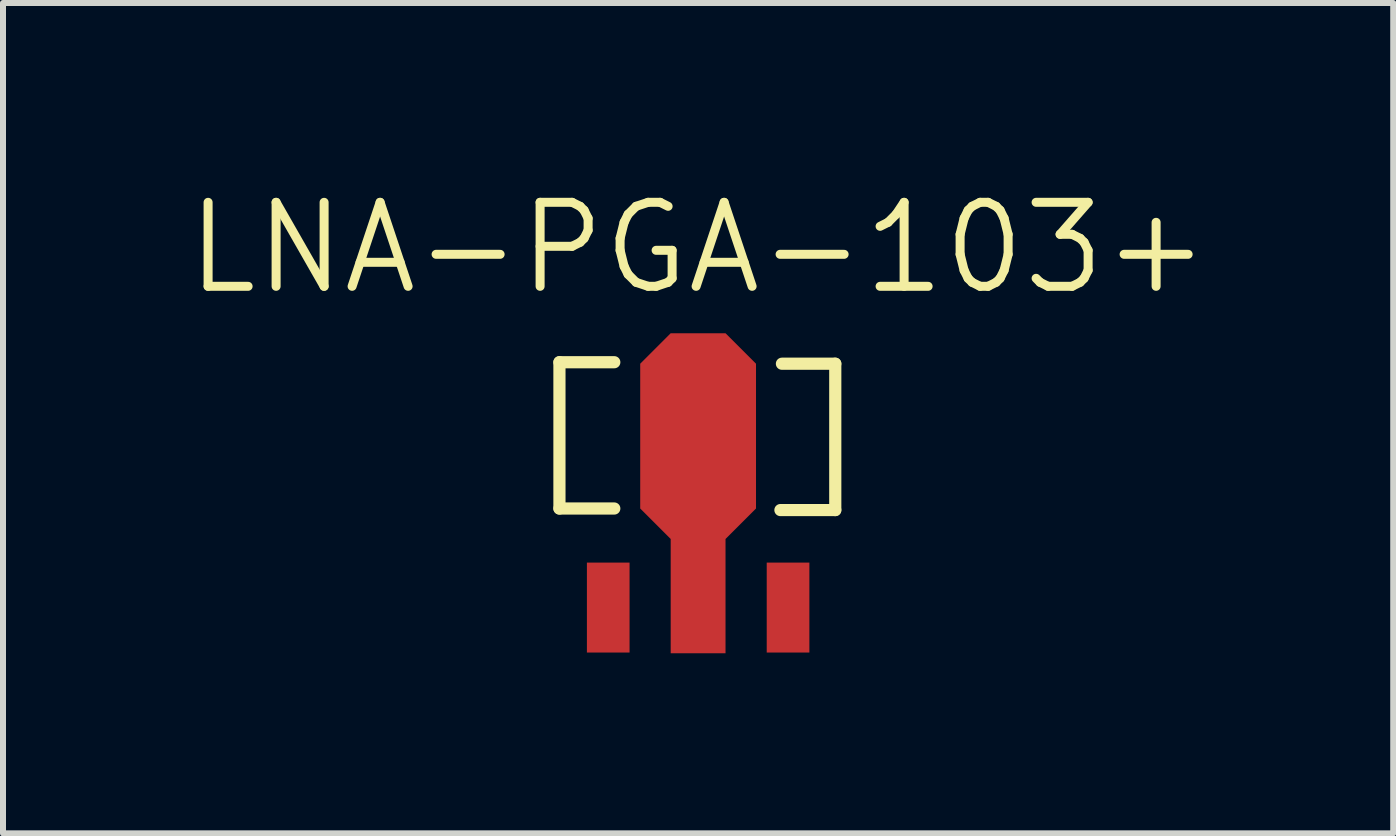
<source format=kicad_pcb>
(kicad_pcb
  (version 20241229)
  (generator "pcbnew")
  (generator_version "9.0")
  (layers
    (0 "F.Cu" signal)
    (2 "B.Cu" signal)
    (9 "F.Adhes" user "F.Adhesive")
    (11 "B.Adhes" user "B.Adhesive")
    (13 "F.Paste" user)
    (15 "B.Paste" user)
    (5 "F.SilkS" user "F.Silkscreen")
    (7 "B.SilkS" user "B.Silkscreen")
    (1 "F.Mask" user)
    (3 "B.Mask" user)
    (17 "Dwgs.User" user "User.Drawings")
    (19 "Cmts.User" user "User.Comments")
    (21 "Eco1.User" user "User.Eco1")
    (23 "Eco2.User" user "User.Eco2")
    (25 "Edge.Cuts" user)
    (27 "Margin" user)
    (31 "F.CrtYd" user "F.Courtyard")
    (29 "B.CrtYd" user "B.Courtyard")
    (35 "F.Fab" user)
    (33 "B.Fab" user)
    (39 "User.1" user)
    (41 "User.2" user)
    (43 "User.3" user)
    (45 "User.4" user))
  (footprint "LNA-PGA-103+"
    (layer "F.Cu")
    (at 8.509 4.079)
    (property "Reference" "LNA-PGA-103+" (at 0.076 -2.997 0) (layer "F.SilkS") (effects (font (size 1.4 1.4) (thickness 0.15))))
    (attr through_hole)
    (fp_poly (pts (xy -1.016 -1.143) (xy -1.016 1.397) (xy -0.508 1.905) (xy 0.635 1.905) (xy 1.143 1.397) (xy 1.143 -1.143) (xy 0.635 -1.651) (xy -0.508 -1.651)) (stroke (width 0) (type solid)) (fill yes) (layer "F.Mask"))
    (fp_line (start -2.235 -1.092) (end -2.235 1.346) (stroke (width 0.203) (type solid)) (layer "F.SilkS"))
    (fp_line (start -2.235 -1.092) (end -1.321 -1.092) (stroke (width 0.203) (type solid)) (layer "F.SilkS"))
    (fp_line (start -2.235 1.346) (end -1.321 1.346) (stroke (width 0.203) (type solid)) (layer "F.SilkS"))
    (fp_line (start 1.473 -1.067) (end 2.362 -1.067) (stroke (width 0.203) (type solid)) (layer "F.SilkS"))
    (fp_line (start 2.362 -1.067) (end 2.362 1.372) (stroke (width 0.203) (type solid)) (layer "F.SilkS"))
    (fp_line (start 2.362 1.372) (end 1.448 1.372) (stroke (width 0.203) (type solid)) (layer "F.SilkS"))
    (pad "1" smd rect (at -1.422 2.997) (size 0.711 1.499) (layers "F.Cu" "F.Mask" "F.Paste"))
    (pad "2" smd custom (at 0.076 1.092) (size 0.889 5.334) (layers "F.Cu" "F.Mask" "F.Paste") (options (anchor rect)) (primitives (gr_poly (pts (xy -0.457 2.667) (xy 0.457 2.667) (xy 0.457 0.762) (xy 0.965 0.254) (xy 0.965 -2.159) (xy 0.457 -2.667) (xy -0.457 -2.667) (xy -0.965 -2.159) (xy -0.965 0.254) (xy -0.457 0.762)) (width 0) (fill yes))))
    (pad "3" smd rect (at 1.575 2.997) (size 0.711 1.499) (layers "F.Cu" "F.Mask" "F.Paste")))
  (gr_rect
    (start -3 -3)
    (end 20.17 10.839)
    (stroke (width 0.1) (type default))
    (fill no)
    (layer "Edge.Cuts")))
</source>
